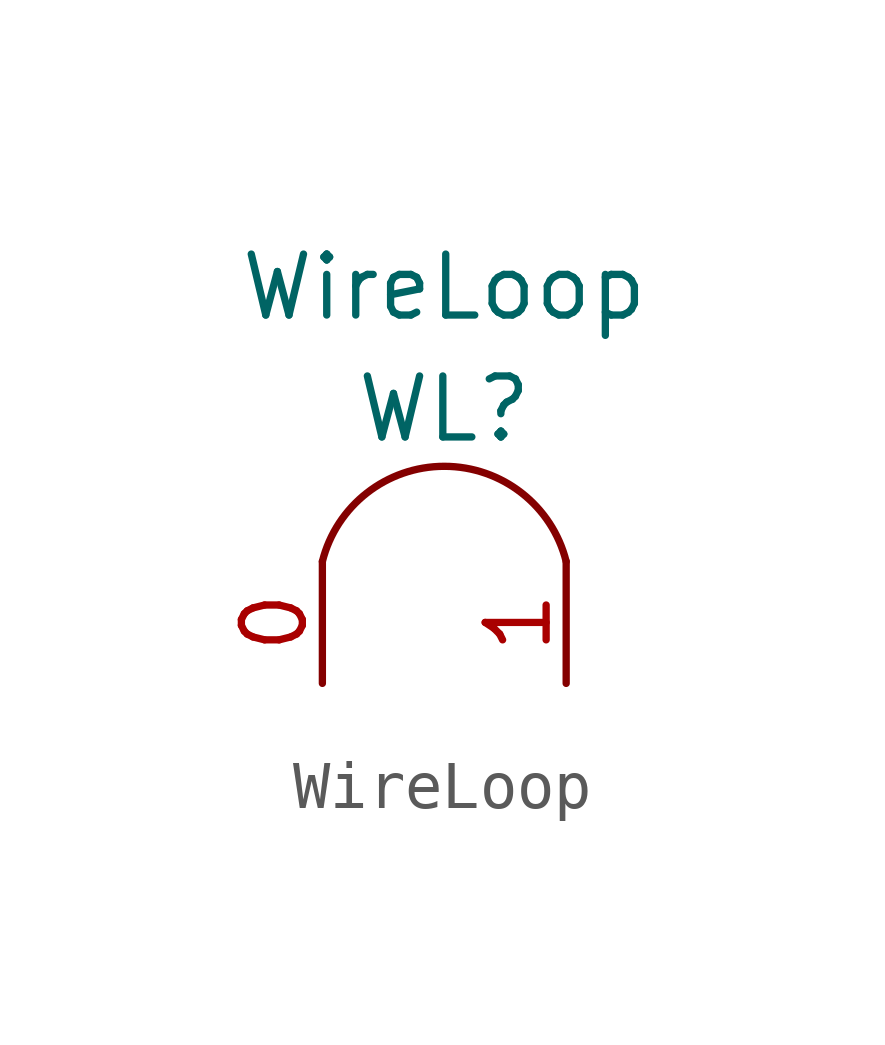
<source format=kicad_sym>
(kicad_symbol_lib
  (version 20220914)
  (generator kicad_symbol_editor)
  (symbol "WireLoop"
    (pin_names
      (offset 1.016))
    (property "Reference" "WL"
      (at 0 4.445 0)
      (effects (font (size 1.27 1.27))))
    (property "Value" "WireLoop"
      (at 0 6.985 0)
      (effects (font (size 1.27 1.27))))
    (symbol "WireLoop_0_1"
      (arc (start 2.54 1.27) (mid 0 3.2532) (end -2.54 1.27) (stroke (width 0) (type solid)) (fill (type none))))
    (symbol "WireLoop_1_1"
      (pin passive line (at -2.54 -1.27 90) (length 2.54) (name "~" (effects (font (size 1.27 1.27)))) (number "0" (effects (font (size 1.27 1.27)))))
      (pin passive line (at 2.54 -1.27 90) (length 2.54) (name "~" (effects (font (size 1.27 1.27)))) (number "1" (effects (font (size 1.27 1.27))))))))
</source>
